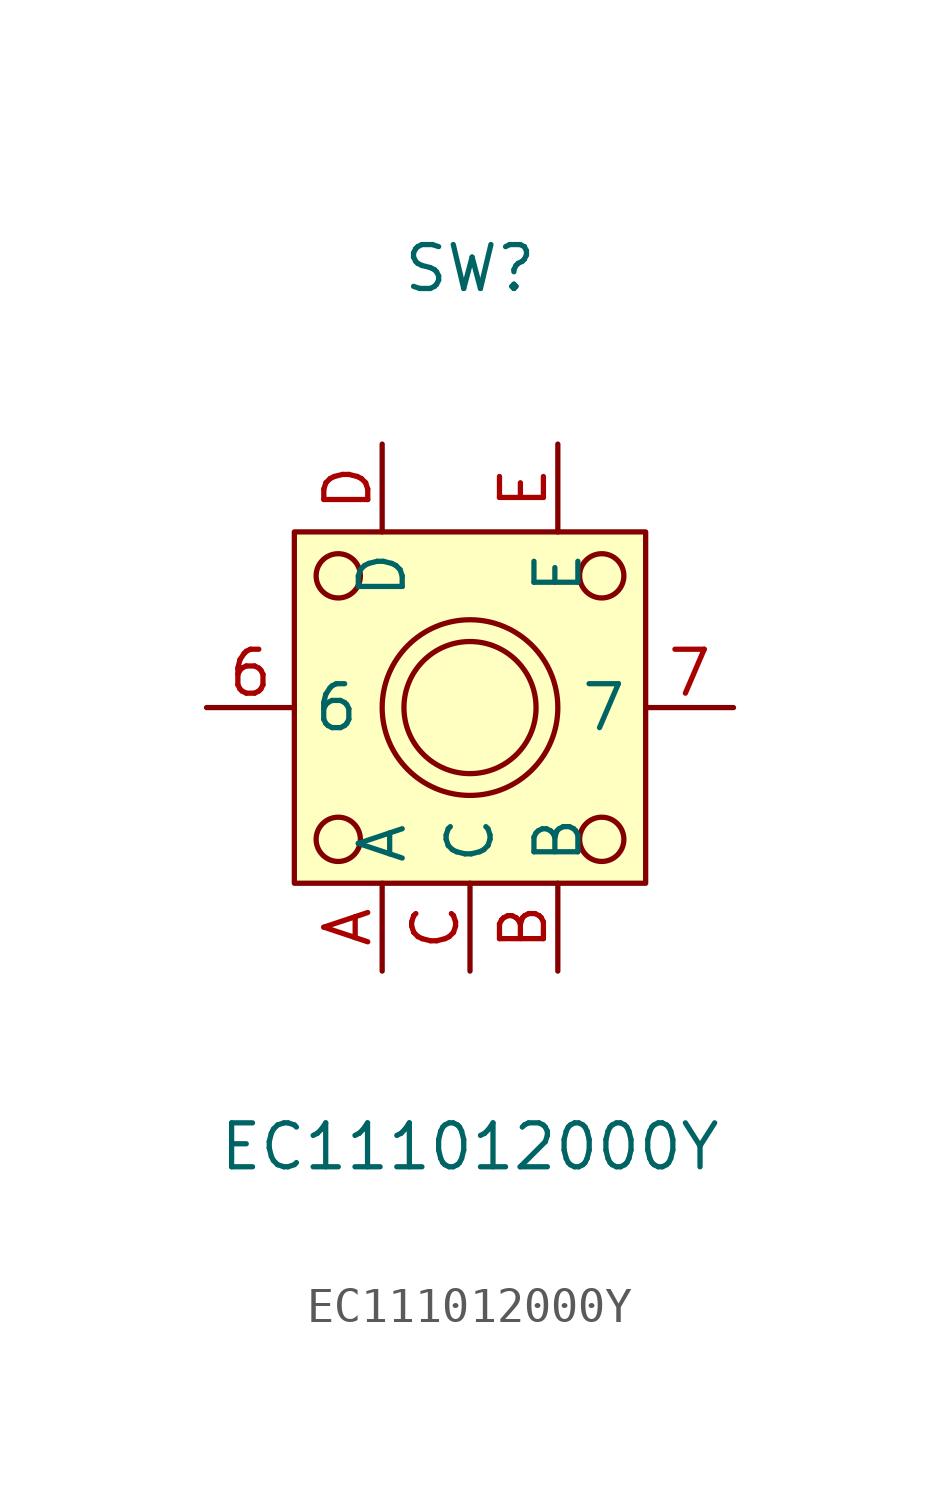
<source format=kicad_sym>
(kicad_symbol_lib
  (version 20211014)
  (generator https://github.com/uPesy/easyeda2kicad.py)
  (symbol "EC111012000Y"
    (property "Reference" "SW"
      (at 0 12.70 0)
      (effects (font (size 1.27 1.27))))
    (property "Value" "EC111012000Y"
      (at 0 -12.70 0)
      (effects (font (size 1.27 1.27))))
    (symbol "EC111012000Y_0_1"
      (rectangle (start -5.08 5.08) (end 5.08 -5.08) (stroke (width 0) (type default) (color 0 0 0 0)) (fill (type background)))
      (circle (center 3.81 -3.81) (radius 0.64) (stroke (width 0) (type default) (color 0 0 0 0)) (fill (type none)))
      (circle (center -3.81 -3.81) (radius 0.64) (stroke (width 0) (type default) (color 0 0 0 0)) (fill (type none)))
      (circle (center 3.81 3.81) (radius 0.64) (stroke (width 0) (type default) (color 0 0 0 0)) (fill (type none)))
      (circle (center -3.81 3.81) (radius 0.64) (stroke (width 0) (type default) (color 0 0 0 0)) (fill (type none)))
      (circle (center 0.00 -0.00) (radius 1.91) (stroke (width 0) (type default) (color 0 0 0 0)) (fill (type none)))
      (circle (center 0.00 -0.00) (radius 2.54) (stroke (width 0) (type default) (color 0 0 0 0)) (fill (type none)))
      (pin unspecified line (at -2.54 7.62 270) (length 2.54) (name "D" (effects (font (size 1.27 1.27)))) (number "D" (effects (font (size 1.27 1.27)))))
      (pin unspecified line (at 2.54 7.62 270) (length 2.54) (name "E" (effects (font (size 1.27 1.27)))) (number "E" (effects (font (size 1.27 1.27)))))
      (pin unspecified line (at 0.00 -7.62 90) (length 2.54) (name "C" (effects (font (size 1.27 1.27)))) (number "C" (effects (font (size 1.27 1.27)))))
      (pin unspecified line (at 2.54 -7.62 90) (length 2.54) (name "B" (effects (font (size 1.27 1.27)))) (number "B" (effects (font (size 1.27 1.27)))))
      (pin unspecified line (at -2.54 -7.62 90) (length 2.54) (name "A" (effects (font (size 1.27 1.27)))) (number "A" (effects (font (size 1.27 1.27)))))
      (pin unspecified line (at -7.62 -0.00 0) (length 2.54) (name "6" (effects (font (size 1.27 1.27)))) (number "6" (effects (font (size 1.27 1.27)))))
      (pin unspecified line (at 7.62 -0.00 180) (length 2.54) (name "7" (effects (font (size 1.27 1.27)))) (number "7" (effects (font (size 1.27 1.27))))))))
</source>
